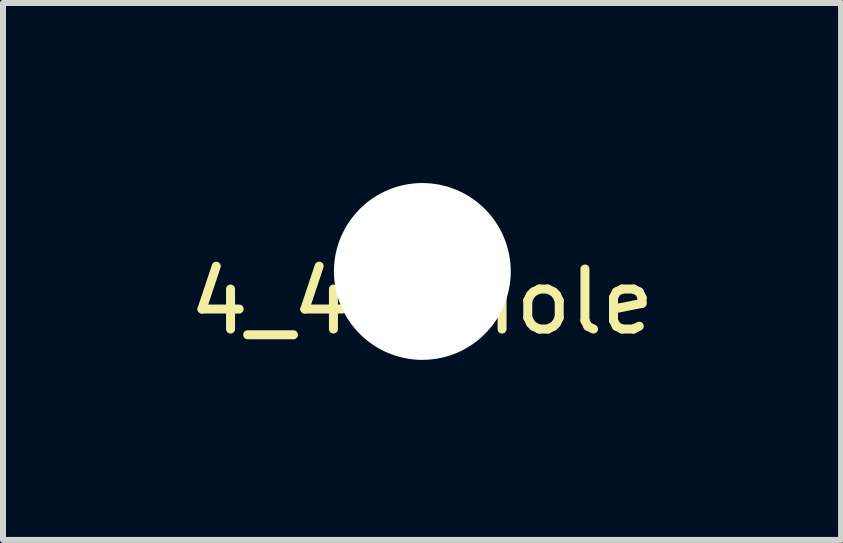
<source format=kicad_pcb>
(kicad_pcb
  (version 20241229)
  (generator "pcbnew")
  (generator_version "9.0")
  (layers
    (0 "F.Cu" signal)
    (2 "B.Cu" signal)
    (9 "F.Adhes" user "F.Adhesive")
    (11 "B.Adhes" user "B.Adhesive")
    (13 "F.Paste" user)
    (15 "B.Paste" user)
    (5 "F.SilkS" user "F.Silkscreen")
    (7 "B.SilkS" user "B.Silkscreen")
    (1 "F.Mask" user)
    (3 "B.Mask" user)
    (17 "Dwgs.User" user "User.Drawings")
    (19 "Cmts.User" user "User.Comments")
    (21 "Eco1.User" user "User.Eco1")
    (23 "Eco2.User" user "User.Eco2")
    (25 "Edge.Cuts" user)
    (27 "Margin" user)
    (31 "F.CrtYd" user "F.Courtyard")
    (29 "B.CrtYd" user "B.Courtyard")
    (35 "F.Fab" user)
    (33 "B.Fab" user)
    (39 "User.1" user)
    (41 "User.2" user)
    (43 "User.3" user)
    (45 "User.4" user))
  (footprint "4_40_Hole"
    (layer "F.Cu")
    (at 3.987 1.473)
    (property "Reference" "4_40_Hole" (at -0.005 0.505 0) (layer "F.SilkS") (effects (font (size 1 1) (thickness 0.15))))
    (attr through_hole)
    (pad "" np_thru_hole circle (at 0 0) (size 2.946 2.946) (drill 2.946) (layers "*.Cu" "*.Mask")))
  (gr_rect
    (start -3 -3)
    (end 10.964 5.946)
    (stroke (width 0.1) (type default))
    (fill no)
    (layer "Edge.Cuts")))
</source>
